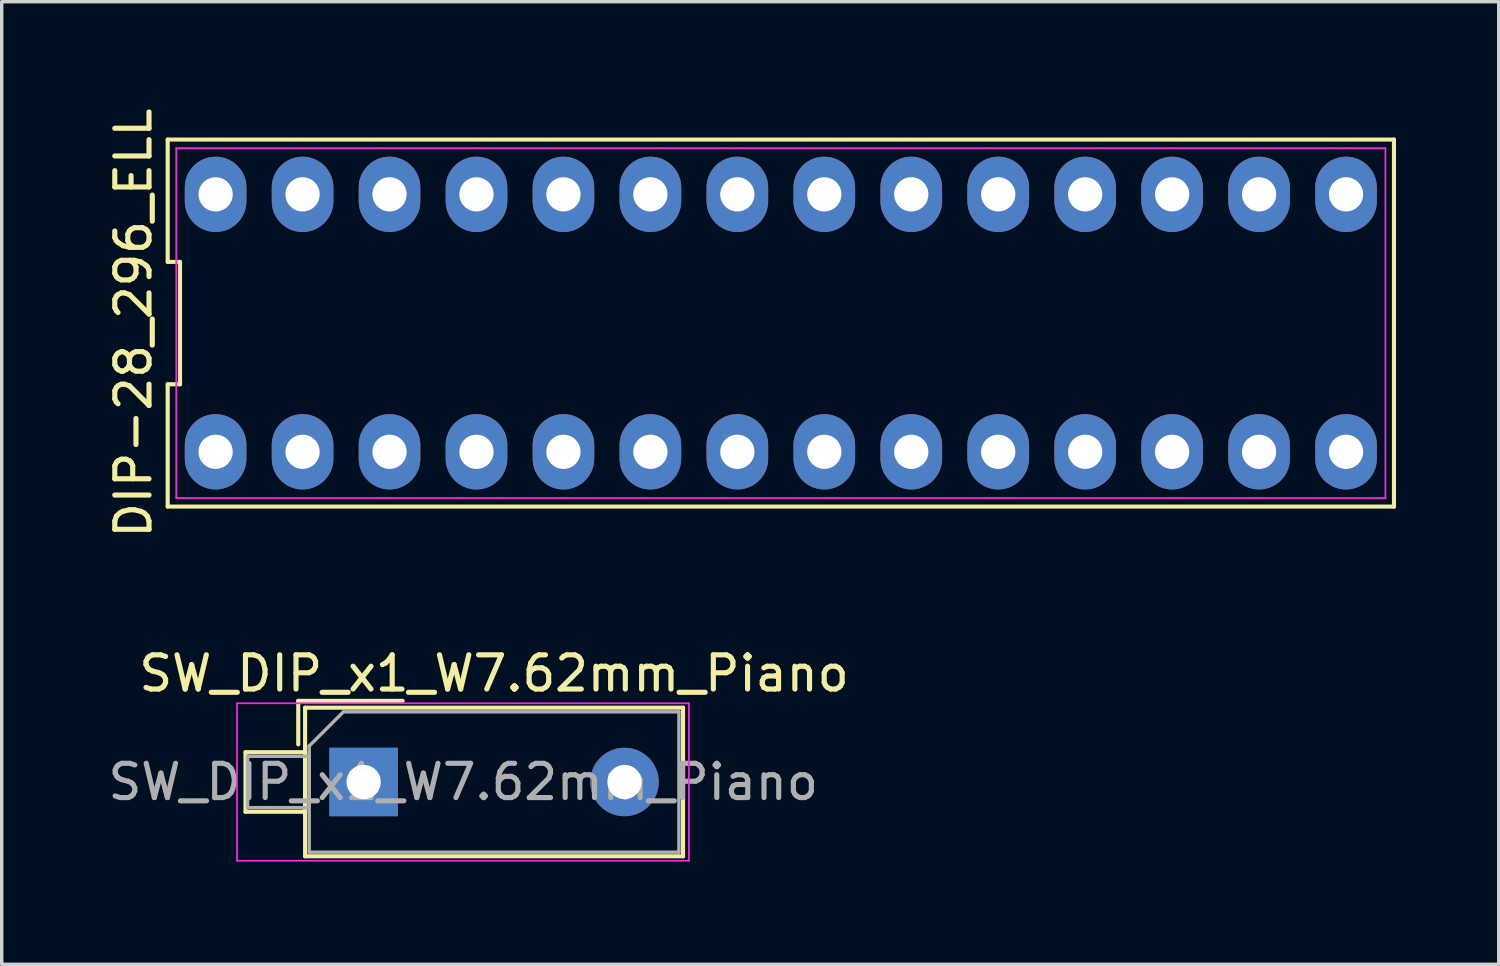
<source format=kicad_pcb>
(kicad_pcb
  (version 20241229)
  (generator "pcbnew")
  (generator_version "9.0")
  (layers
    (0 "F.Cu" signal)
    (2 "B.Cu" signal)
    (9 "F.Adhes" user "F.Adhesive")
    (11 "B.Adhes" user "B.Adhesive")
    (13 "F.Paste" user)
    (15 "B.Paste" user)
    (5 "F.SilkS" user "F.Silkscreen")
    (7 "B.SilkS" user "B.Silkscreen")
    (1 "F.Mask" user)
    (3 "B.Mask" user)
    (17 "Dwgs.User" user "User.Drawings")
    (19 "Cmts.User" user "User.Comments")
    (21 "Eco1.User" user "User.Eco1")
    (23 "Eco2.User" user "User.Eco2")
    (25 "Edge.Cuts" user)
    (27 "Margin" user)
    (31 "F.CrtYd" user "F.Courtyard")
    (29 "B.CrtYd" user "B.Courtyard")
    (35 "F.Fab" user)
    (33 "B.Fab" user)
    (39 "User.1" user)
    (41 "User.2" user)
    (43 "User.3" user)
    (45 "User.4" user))
  (footprint "SW_DIP_x1_W7.62mm_Piano"
    (layer "F.Cu")
    (at 7.572 19.792)
    (property "Reference" "SW_DIP_x1_W7.62mm_Piano" (at 3.81 -3.17 0) (layer "F.SilkS") (effects (font (size 1 1) (thickness 0.15))))
    (attr through_hole)
    (fp_line (start -3.45 -0.87) (end -3.45 0.87) (stroke (width 0.12) (type solid)) (layer "F.SilkS"))
    (fp_line (start -3.45 0.87) (end -1.71 0.87) (stroke (width 0.12) (type solid)) (layer "F.SilkS"))
    (fp_line (start -1.91 -2.37) (end -1.91 -1.1) (stroke (width 0.12) (type solid)) (layer "F.SilkS"))
    (fp_line (start -1.91 -2.37) (end 1.14 -2.37) (stroke (width 0.12) (type solid)) (layer "F.SilkS"))
    (fp_line (start -1.71 -2.17) (end 9.33 -2.17) (stroke (width 0.12) (type solid)) (layer "F.SilkS"))
    (fp_line (start -1.71 -0.87) (end -3.45 -0.87) (stroke (width 0.12) (type solid)) (layer "F.SilkS"))
    (fp_line (start -1.71 0.87) (end -1.71 -0.87) (stroke (width 0.12) (type solid)) (layer "F.SilkS"))
    (fp_line (start -1.71 2.17) (end -1.71 -2.17) (stroke (width 0.12) (type solid)) (layer "F.SilkS"))
    (fp_line (start 9.33 -2.17) (end 9.33 2.17) (stroke (width 0.12) (type solid)) (layer "F.SilkS"))
    (fp_line (start 9.33 2.17) (end -1.71 2.17) (stroke (width 0.12) (type solid)) (layer "F.SilkS"))
    (fp_line (start -3.7 -2.3) (end -3.7 2.3) (stroke (width 0.05) (type solid)) (layer "F.CrtYd"))
    (fp_line (start -3.7 2.3) (end 9.5 2.3) (stroke (width 0.05) (type solid)) (layer "F.CrtYd"))
    (fp_line (start 9.5 -2.3) (end -3.7 -2.3) (stroke (width 0.05) (type solid)) (layer "F.CrtYd"))
    (fp_line (start 9.5 2.3) (end 9.5 -2.3) (stroke (width 0.05) (type solid)) (layer "F.CrtYd"))
    (fp_line (start -3.39 -0.75) (end -1.59 -0.75) (stroke (width 0.1) (type solid)) (layer "F.Fab"))
    (fp_line (start -3.39 0.75) (end -3.39 -0.75) (stroke (width 0.1) (type solid)) (layer "F.Fab"))
    (fp_line (start -1.59 -1.05) (end -0.59 -2.05) (stroke (width 0.1) (type solid)) (layer "F.Fab"))
    (fp_line (start -1.59 -0.75) (end -1.59 0.75) (stroke (width 0.1) (type solid)) (layer "F.Fab"))
    (fp_line (start -1.59 0.75) (end -3.39 0.75) (stroke (width 0.1) (type solid)) (layer "F.Fab"))
    (fp_line (start -1.59 2.05) (end -1.59 -1.05) (stroke (width 0.1) (type solid)) (layer "F.Fab"))
    (fp_line (start -0.59 -2.05) (end 9.21 -2.05) (stroke (width 0.1) (type solid)) (layer "F.Fab"))
    (fp_line (start 9.21 -2.05) (end 9.21 2.05) (stroke (width 0.1) (type solid)) (layer "F.Fab"))
    (fp_line (start 9.21 2.05) (end -1.59 2.05) (stroke (width 0.1) (type solid)) (layer "F.Fab"))
    (fp_text user "${REFERENCE}" (at 2.91 0 0) (layer "F.Fab") (effects (font (size 1 1) (thickness 0.15))))
    (pad "1" thru_hole rect (at 0 0) (size 2 2) (drill 1) (layers "*.Cu" "*.Mask"))
    (pad "2" thru_hole circle (at 7.62 0) (size 2 2) (drill 1) (layers "*.Cu" "*.Mask")))
  (footprint "DIP-28_296_ELL"
    (layer "F.Cu")
    (at 19.758 6.387)
    (property "Reference" "DIP-28_296_ELL" (at -18.91 0 90) (layer "F.SilkS") (effects (font (size 1 1) (thickness 0.15))))
    (attr through_hole)
    (fp_line (start -17.91 -5.36) (end -17.91 -1.787) (stroke (width 0.12) (type solid)) (layer "F.SilkS"))
    (fp_line (start -17.91 -1.787) (end -17.55 -1.787) (stroke (width 0.12) (type solid)) (layer "F.SilkS"))
    (fp_line (start -17.91 1.787) (end -17.91 5.36) (stroke (width 0.12) (type solid)) (layer "F.SilkS"))
    (fp_line (start -17.91 5.36) (end 17.91 5.36) (stroke (width 0.12) (type solid)) (layer "F.SilkS"))
    (fp_line (start -17.55 -1.787) (end -17.55 1.787) (stroke (width 0.12) (type solid)) (layer "F.SilkS"))
    (fp_line (start -17.55 1.787) (end -17.91 1.787) (stroke (width 0.12) (type solid)) (layer "F.SilkS"))
    (fp_line (start 17.91 -5.36) (end -17.91 -5.36) (stroke (width 0.12) (type solid)) (layer "F.SilkS"))
    (fp_line (start 17.91 5.36) (end 17.91 -5.36) (stroke (width 0.12) (type solid)) (layer "F.SilkS"))
    (fp_line (start -17.66 -5.11) (end 17.66 -5.11) (stroke (width 0.05) (type solid)) (layer "F.CrtYd"))
    (fp_line (start -17.66 5.11) (end -17.66 -5.11) (stroke (width 0.05) (type solid)) (layer "F.CrtYd"))
    (fp_line (start 17.66 -5.11) (end 17.66 5.11) (stroke (width 0.05) (type solid)) (layer "F.CrtYd"))
    (fp_line (start 17.66 5.11) (end -17.66 5.11) (stroke (width 0.05) (type solid)) (layer "F.CrtYd"))
    (pad "1" thru_hole oval (at -16.51 3.76) (size 1.8 2.2) (drill 1) (layers "*.Cu" "*.Mask"))
    (pad "2" thru_hole oval (at -13.97 3.76) (size 1.8 2.2) (drill 1) (layers "*.Cu" "*.Mask"))
    (pad "3" thru_hole oval (at -11.43 3.76) (size 1.8 2.2) (drill 1) (layers "*.Cu" "*.Mask"))
    (pad "4" thru_hole oval (at -8.89 3.76) (size 1.8 2.2) (drill 1) (layers "*.Cu" "*.Mask"))
    (pad "5" thru_hole oval (at -6.35 3.76) (size 1.8 2.2) (drill 1) (layers "*.Cu" "*.Mask"))
    (pad "6" thru_hole oval (at -3.81 3.76) (size 1.8 2.2) (drill 1) (layers "*.Cu" "*.Mask"))
    (pad "7" thru_hole oval (at -1.27 3.76) (size 1.8 2.2) (drill 1) (layers "*.Cu" "*.Mask"))
    (pad "8" thru_hole oval (at 1.27 3.76) (size 1.8 2.2) (drill 1) (layers "*.Cu" "*.Mask"))
    (pad "9" thru_hole oval (at 3.81 3.76) (size 1.8 2.2) (drill 1) (layers "*.Cu" "*.Mask"))
    (pad "10" thru_hole oval (at 6.35 3.76) (size 1.8 2.2) (drill 1) (layers "*.Cu" "*.Mask"))
    (pad "11" thru_hole oval (at 8.89 3.76) (size 1.8 2.2) (drill 1) (layers "*.Cu" "*.Mask"))
    (pad "12" thru_hole oval (at 11.43 3.76) (size 1.8 2.2) (drill 1) (layers "*.Cu" "*.Mask"))
    (pad "13" thru_hole oval (at 13.97 3.76) (size 1.8 2.2) (drill 1) (layers "*.Cu" "*.Mask"))
    (pad "14" thru_hole oval (at 16.51 3.76) (size 1.8 2.2) (drill 1) (layers "*.Cu" "*.Mask"))
    (pad "15" thru_hole oval (at 16.51 -3.76) (size 1.8 2.2) (drill 1) (layers "*.Cu" "*.Mask"))
    (pad "16" thru_hole oval (at 13.97 -3.76) (size 1.8 2.2) (drill 1) (layers "*.Cu" "*.Mask"))
    (pad "17" thru_hole oval (at 11.43 -3.76) (size 1.8 2.2) (drill 1) (layers "*.Cu" "*.Mask"))
    (pad "18" thru_hole oval (at 8.89 -3.76) (size 1.8 2.2) (drill 1) (layers "*.Cu" "*.Mask"))
    (pad "19" thru_hole oval (at 6.35 -3.76) (size 1.8 2.2) (drill 1) (layers "*.Cu" "*.Mask"))
    (pad "20" thru_hole oval (at 3.81 -3.76) (size 1.8 2.2) (drill 1) (layers "*.Cu" "*.Mask"))
    (pad "21" thru_hole oval (at 1.27 -3.76) (size 1.8 2.2) (drill 1) (layers "*.Cu" "*.Mask"))
    (pad "22" thru_hole oval (at -1.27 -3.76) (size 1.8 2.2) (drill 1) (layers "*.Cu" "*.Mask"))
    (pad "23" thru_hole oval (at -3.81 -3.76) (size 1.8 2.2) (drill 1) (layers "*.Cu" "*.Mask"))
    (pad "24" thru_hole oval (at -6.35 -3.76) (size 1.8 2.2) (drill 1) (layers "*.Cu" "*.Mask"))
    (pad "25" thru_hole oval (at -8.89 -3.76) (size 1.8 2.2) (drill 1) (layers "*.Cu" "*.Mask"))
    (pad "26" thru_hole oval (at -11.43 -3.76) (size 1.8 2.2) (drill 1) (layers "*.Cu" "*.Mask"))
    (pad "27" thru_hole oval (at -13.97 -3.76) (size 1.8 2.2) (drill 1) (layers "*.Cu" "*.Mask"))
    (pad "28" thru_hole oval (at -16.51 -3.76) (size 1.8 2.2) (drill 1) (layers "*.Cu" "*.Mask")))
  (gr_rect
    (start -3 -3)
    (end 40.728 25.117)
    (stroke (width 0.1) (type default))
    (fill no)
    (layer "Edge.Cuts")))
</source>
